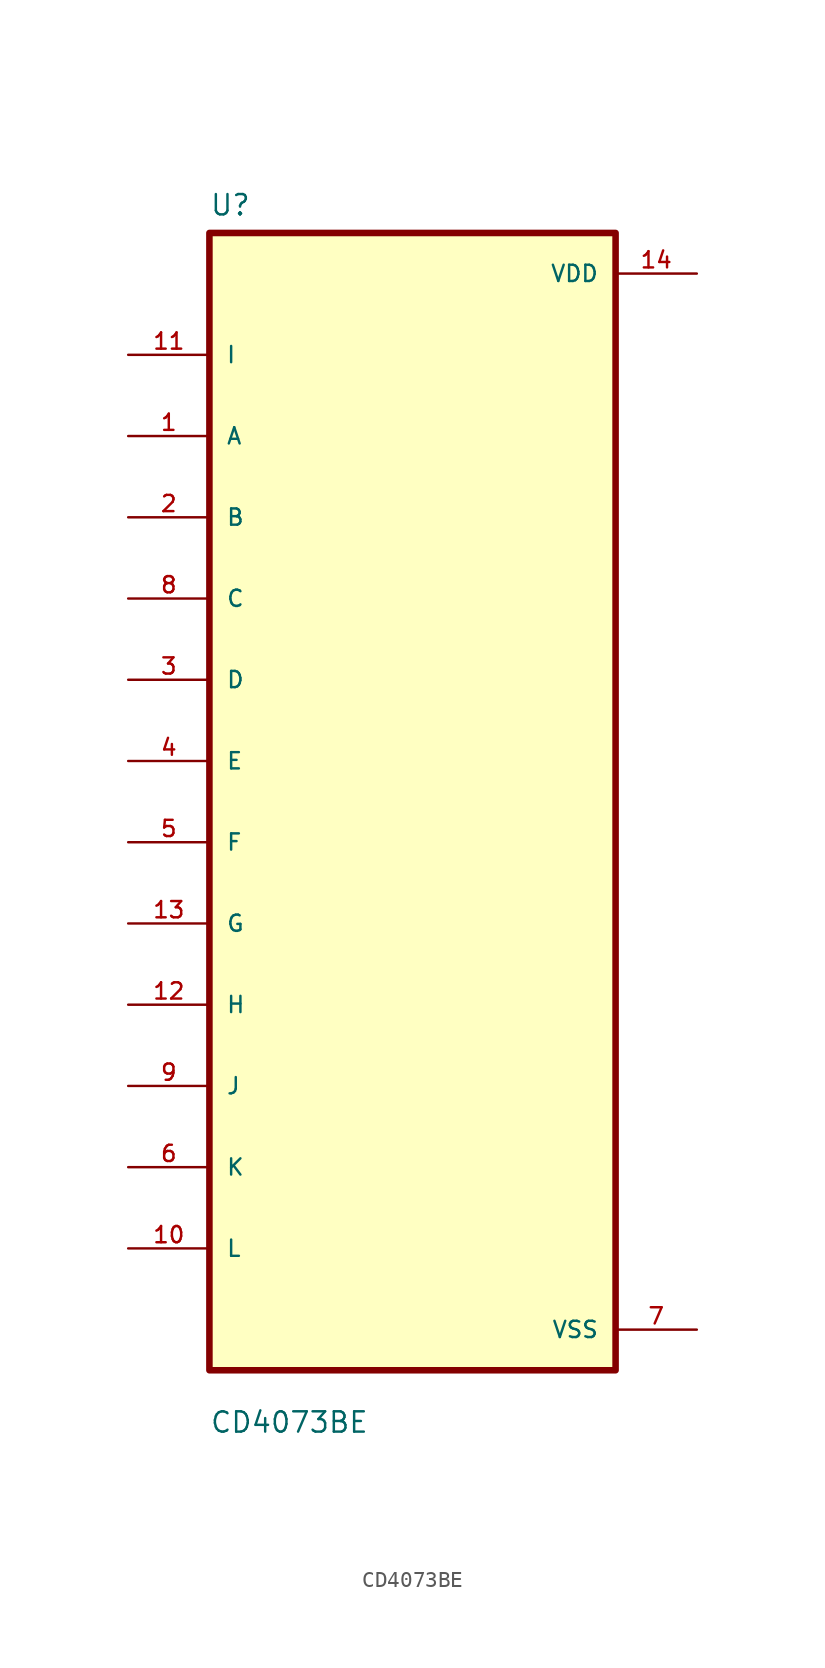
<source format=kicad_sym>
(kicad_symbol_lib
  (version 20211014)
  (generator kicad_symbol_editor)
  (symbol "CD4073BE"
    (pin_names
      (offset 1.016))
    (property "Reference" "U"
      (at -12.7 36.56 0.0)
      (effects (font (size 1.27 1.27)) (justify bottom left)))
    (property "Value" "CD4073BE"
      (at -12.7 -39.56 0.0)
      (effects (font (size 1.27 1.27)) (justify bottom left)))
    (symbol "CD4073BE_0_0"
      (rectangle (start -12.7 -35.56) (end 12.7 35.56) (stroke (width 0.41)) (fill (type background)))
      (pin input line (at -17.78 27.94 0) (length 5.08) (name "I" (effects (font (size 1.016 1.016)))) (number "11" (effects (font (size 1.016 1.016)))))
      (pin bidirectional line (at -17.78 22.86 0) (length 5.08) (name "A" (effects (font (size 1.016 1.016)))) (number "1" (effects (font (size 1.016 1.016)))))
      (pin bidirectional line (at -17.78 17.78 0) (length 5.08) (name "B" (effects (font (size 1.016 1.016)))) (number "2" (effects (font (size 1.016 1.016)))))
      (pin bidirectional line (at -17.78 12.7 0) (length 5.08) (name "C" (effects (font (size 1.016 1.016)))) (number "8" (effects (font (size 1.016 1.016)))))
      (pin bidirectional line (at -17.78 7.62 0) (length 5.08) (name "D" (effects (font (size 1.016 1.016)))) (number "3" (effects (font (size 1.016 1.016)))))
      (pin bidirectional line (at -17.78 2.54 0) (length 5.08) (name "E" (effects (font (size 1.016 1.016)))) (number "4" (effects (font (size 1.016 1.016)))))
      (pin bidirectional line (at -17.78 -2.54 0) (length 5.08) (name "F" (effects (font (size 1.016 1.016)))) (number "5" (effects (font (size 1.016 1.016)))))
      (pin bidirectional line (at -17.78 -7.62 0) (length 5.08) (name "G" (effects (font (size 1.016 1.016)))) (number "13" (effects (font (size 1.016 1.016)))))
      (pin bidirectional line (at -17.78 -12.7 0) (length 5.08) (name "H" (effects (font (size 1.016 1.016)))) (number "12" (effects (font (size 1.016 1.016)))))
      (pin bidirectional line (at -17.78 -17.78 0) (length 5.08) (name "J" (effects (font (size 1.016 1.016)))) (number "9" (effects (font (size 1.016 1.016)))))
      (pin bidirectional line (at -17.78 -22.86 0) (length 5.08) (name "K" (effects (font (size 1.016 1.016)))) (number "6" (effects (font (size 1.016 1.016)))))
      (pin bidirectional line (at -17.78 -27.94 0) (length 5.08) (name "L" (effects (font (size 1.016 1.016)))) (number "10" (effects (font (size 1.016 1.016)))))
      (pin power_in line (at 17.78 33.02 180.0) (length 5.08) (name "VDD" (effects (font (size 1.016 1.016)))) (number "14" (effects (font (size 1.016 1.016)))))
      (pin power_in line (at 17.78 -33.02 180.0) (length 5.08) (name "VSS" (effects (font (size 1.016 1.016)))) (number "7" (effects (font (size 1.016 1.016))))))))
</source>
